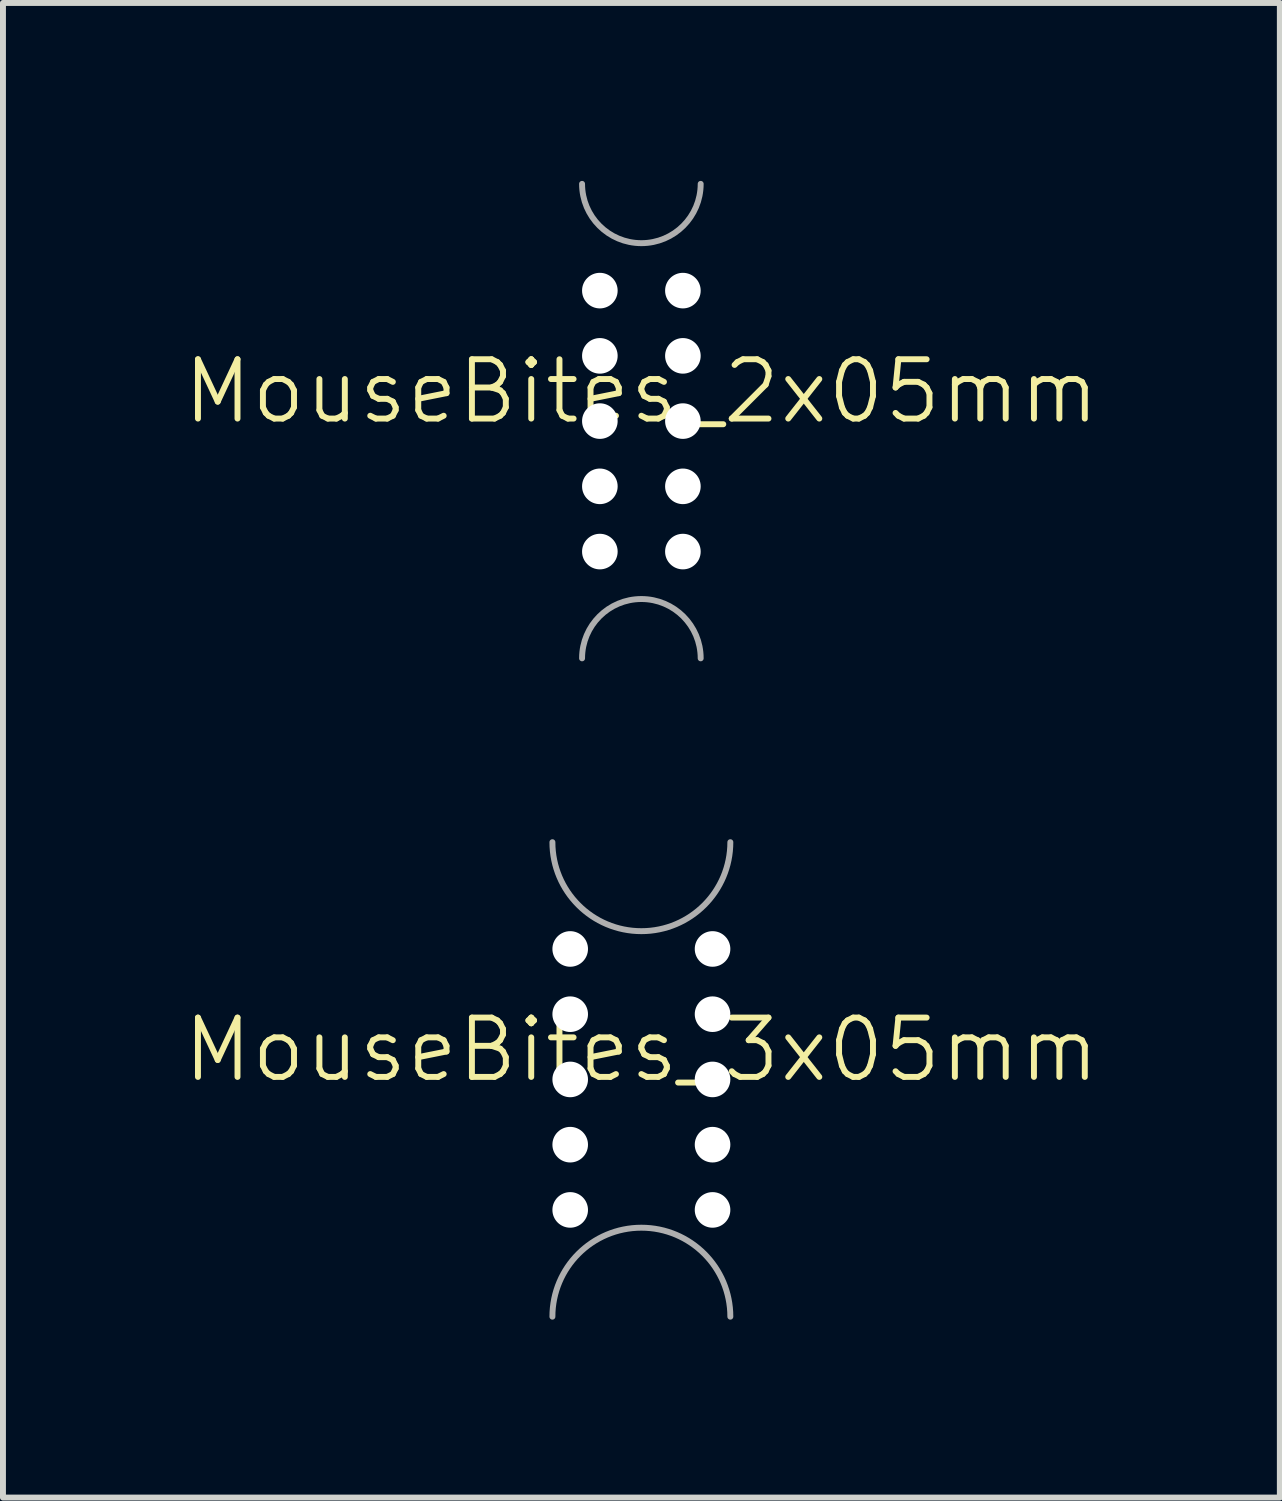
<source format=kicad_pcb>
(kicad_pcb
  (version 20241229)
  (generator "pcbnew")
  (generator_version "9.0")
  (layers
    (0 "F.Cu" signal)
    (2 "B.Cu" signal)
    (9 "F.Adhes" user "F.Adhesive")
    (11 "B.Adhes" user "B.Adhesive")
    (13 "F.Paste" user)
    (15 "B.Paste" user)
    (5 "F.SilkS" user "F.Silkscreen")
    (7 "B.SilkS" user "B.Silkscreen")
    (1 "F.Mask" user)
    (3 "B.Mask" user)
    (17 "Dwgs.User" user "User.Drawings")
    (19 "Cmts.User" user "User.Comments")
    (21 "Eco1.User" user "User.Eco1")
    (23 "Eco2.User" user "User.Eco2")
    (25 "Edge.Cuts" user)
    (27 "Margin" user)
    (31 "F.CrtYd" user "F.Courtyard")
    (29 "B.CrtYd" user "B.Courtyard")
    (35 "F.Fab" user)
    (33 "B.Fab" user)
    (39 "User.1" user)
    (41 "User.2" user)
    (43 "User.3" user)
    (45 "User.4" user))
  (footprint "MouseBites_2x05mm"
    (layer "F.Cu")
    (at 7.764 4.05)
    (property "Reference" "MouseBites_2x05mm" (at 0 -0.5 0) (unlocked yes) (layer "F.SilkS") (effects (font (size 1 1) (thickness 0.1))))
    (attr through_hole)
    (fp_arc (start -1 4) (mid 0 3) (end 1 4) (stroke (width 0.1) (type default)) (layer "F.Fab"))
    (fp_arc (start 1 -4) (mid 0 -3) (end -1 -4) (stroke (width 0.1) (type default)) (layer "F.Fab"))
    (pad "" np_thru_hole circle (at -0.7 -2.2) (size 0.6 0.6) (drill 0.6) (layers "*.Cu" "*.Mask"))
    (pad "" np_thru_hole circle (at -0.7 -1.1) (size 0.6 0.6) (drill 0.6) (layers "*.Cu" "*.Mask"))
    (pad "" np_thru_hole circle (at -0.7 0) (size 0.6 0.6) (drill 0.6) (layers "*.Cu" "*.Mask"))
    (pad "" np_thru_hole circle (at -0.7 1.1) (size 0.6 0.6) (drill 0.6) (layers "*.Cu" "*.Mask"))
    (pad "" np_thru_hole circle (at -0.7 2.2) (size 0.6 0.6) (drill 0.6) (layers "*.Cu" "*.Mask"))
    (pad "" np_thru_hole circle (at 0.7 -2.2) (size 0.6 0.6) (drill 0.6) (layers "*.Cu" "*.Mask"))
    (pad "" np_thru_hole circle (at 0.7 -1.1) (size 0.6 0.6) (drill 0.6) (layers "*.Cu" "*.Mask"))
    (pad "" np_thru_hole circle (at 0.7 0) (size 0.6 0.6) (drill 0.6) (layers "*.Cu" "*.Mask"))
    (pad "" np_thru_hole circle (at 0.7 1.1) (size 0.6 0.6) (drill 0.6) (layers "*.Cu" "*.Mask"))
    (pad "" np_thru_hole circle (at 0.7 2.2) (size 0.6 0.6) (drill 0.6) (layers "*.Cu" "*.Mask")))
  (footprint "MouseBites_3x05mm"
    (layer "F.Cu")
    (at 7.764 15.15)
    (property "Reference" "MouseBites_3x05mm" (at 0 -0.5 0) (unlocked yes) (layer "F.SilkS") (effects (font (size 1 1) (thickness 0.1))))
    (attr through_hole)
    (fp_arc (start -1.5 4) (mid 0 2.5) (end 1.5 4) (stroke (width 0.1) (type default)) (layer "F.Fab"))
    (fp_arc (start 1.5 -4) (mid 0 -2.5) (end -1.5 -4) (stroke (width 0.1) (type default)) (layer "F.Fab"))
    (pad "" np_thru_hole circle (at -1.2 -2.2) (size 0.6 0.6) (drill 0.6) (layers "*.Cu" "*.Mask"))
    (pad "" np_thru_hole circle (at -1.2 -1.1) (size 0.6 0.6) (drill 0.6) (layers "*.Cu" "*.Mask"))
    (pad "" np_thru_hole circle (at -1.2 0) (size 0.6 0.6) (drill 0.6) (layers "*.Cu" "*.Mask"))
    (pad "" np_thru_hole circle (at -1.2 1.1) (size 0.6 0.6) (drill 0.6) (layers "*.Cu" "*.Mask"))
    (pad "" np_thru_hole circle (at -1.2 2.2) (size 0.6 0.6) (drill 0.6) (layers "*.Cu" "*.Mask"))
    (pad "" np_thru_hole circle (at 1.2 -2.2) (size 0.6 0.6) (drill 0.6) (layers "*.Cu" "*.Mask"))
    (pad "" np_thru_hole circle (at 1.2 -1.1) (size 0.6 0.6) (drill 0.6) (layers "*.Cu" "*.Mask"))
    (pad "" np_thru_hole circle (at 1.2 0) (size 0.6 0.6) (drill 0.6) (layers "*.Cu" "*.Mask"))
    (pad "" np_thru_hole circle (at 1.2 1.1) (size 0.6 0.6) (drill 0.6) (layers "*.Cu" "*.Mask"))
    (pad "" np_thru_hole circle (at 1.2 2.2) (size 0.6 0.6) (drill 0.6) (layers "*.Cu" "*.Mask")))
  (gr_rect
    (start -3 -3)
    (end 18.529 22.2)
    (stroke (width 0.1) (type default))
    (fill no)
    (layer "Edge.Cuts")))
</source>
